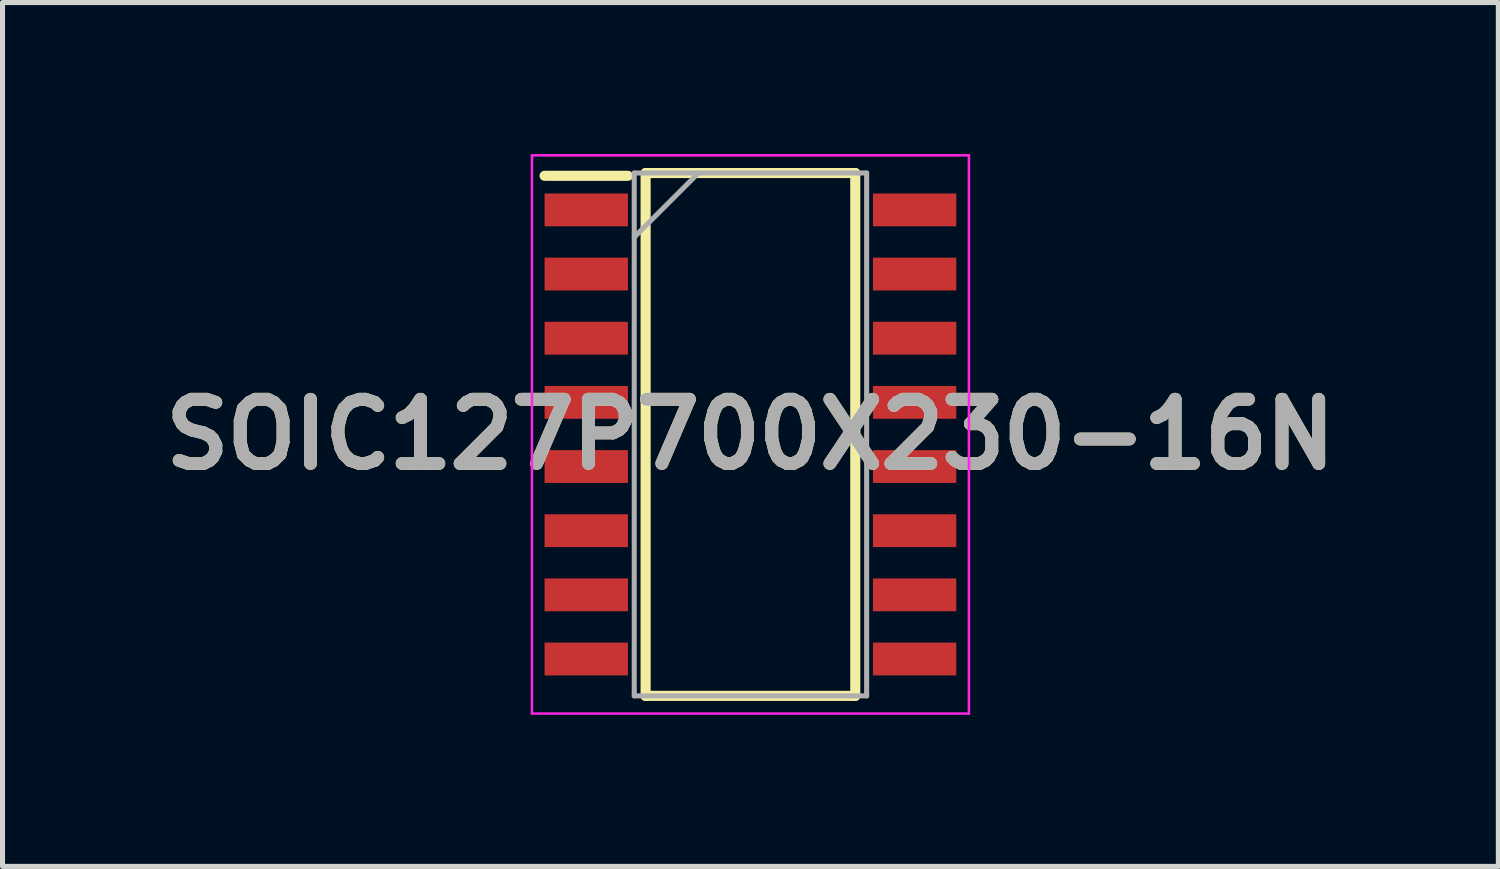
<source format=kicad_pcb>
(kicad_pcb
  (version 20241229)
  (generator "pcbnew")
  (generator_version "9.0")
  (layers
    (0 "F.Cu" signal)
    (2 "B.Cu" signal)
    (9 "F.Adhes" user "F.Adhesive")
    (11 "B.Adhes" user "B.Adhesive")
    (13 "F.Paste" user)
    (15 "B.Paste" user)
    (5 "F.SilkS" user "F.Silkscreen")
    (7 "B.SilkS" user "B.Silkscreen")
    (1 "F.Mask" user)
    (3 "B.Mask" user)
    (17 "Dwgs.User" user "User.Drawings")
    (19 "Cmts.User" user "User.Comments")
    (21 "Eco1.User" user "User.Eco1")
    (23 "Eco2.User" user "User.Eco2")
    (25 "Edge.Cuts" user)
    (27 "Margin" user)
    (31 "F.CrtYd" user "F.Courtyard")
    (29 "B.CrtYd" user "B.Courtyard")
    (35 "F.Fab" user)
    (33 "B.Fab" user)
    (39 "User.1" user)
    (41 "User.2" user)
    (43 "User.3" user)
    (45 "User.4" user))
  (footprint "SOIC127P700X230-16N"
    (layer "F.Cu")
    (at 11.805 5.55)
    (property "Reference" "SOIC127P700X230-16N" (at 0 0 0) (layer "F.SilkS") (effects (font (size 1.27 1.27) (thickness 0.254))))
    (attr smd)
    (fp_line (start -4.075 -5.12) (end -2.425 -5.12) (stroke (width 0.2) (type solid)) (layer "F.SilkS"))
    (fp_line (start -2.075 -5.175) (end 2.075 -5.175) (stroke (width 0.2) (type solid)) (layer "F.SilkS"))
    (fp_line (start -2.075 5.175) (end -2.075 -5.175) (stroke (width 0.2) (type solid)) (layer "F.SilkS"))
    (fp_line (start 2.075 -5.175) (end 2.075 5.175) (stroke (width 0.2) (type solid)) (layer "F.SilkS"))
    (fp_line (start 2.075 5.175) (end -2.075 5.175) (stroke (width 0.2) (type solid)) (layer "F.SilkS"))
    (fp_line (start -4.325 -5.525) (end 4.325 -5.525) (stroke (width 0.05) (type solid)) (layer "F.CrtYd"))
    (fp_line (start -4.325 5.525) (end -4.325 -5.525) (stroke (width 0.05) (type solid)) (layer "F.CrtYd"))
    (fp_line (start 4.325 -5.525) (end 4.325 5.525) (stroke (width 0.05) (type solid)) (layer "F.CrtYd"))
    (fp_line (start 4.325 5.525) (end -4.325 5.525) (stroke (width 0.05) (type solid)) (layer "F.CrtYd"))
    (fp_line (start -2.3 -5.175) (end 2.3 -5.175) (stroke (width 0.1) (type solid)) (layer "F.Fab"))
    (fp_line (start -2.3 -3.905) (end -1.03 -5.175) (stroke (width 0.1) (type solid)) (layer "F.Fab"))
    (fp_line (start -2.3 5.175) (end -2.3 -5.175) (stroke (width 0.1) (type solid)) (layer "F.Fab"))
    (fp_line (start 2.3 -5.175) (end 2.3 5.175) (stroke (width 0.1) (type solid)) (layer "F.Fab"))
    (fp_line (start 2.3 5.175) (end -2.3 5.175) (stroke (width 0.1) (type solid)) (layer "F.Fab"))
    (fp_text user "${REFERENCE}" (at 0 0 0) (layer "F.Fab") (effects (font (size 1.27 1.27) (thickness 0.254))))
    (pad "1" smd rect (at -3.25 -4.445 90) (size 0.65 1.65) (layers "F.Cu" "F.Mask" "F.Paste"))
    (pad "2" smd rect (at -3.25 -3.175 90) (size 0.65 1.65) (layers "F.Cu" "F.Mask" "F.Paste"))
    (pad "3" smd rect (at -3.25 -1.905 90) (size 0.65 1.65) (layers "F.Cu" "F.Mask" "F.Paste"))
    (pad "4" smd rect (at -3.25 -0.635 90) (size 0.65 1.65) (layers "F.Cu" "F.Mask" "F.Paste"))
    (pad "5" smd rect (at -3.25 0.635 90) (size 0.65 1.65) (layers "F.Cu" "F.Mask" "F.Paste"))
    (pad "6" smd rect (at -3.25 1.905 90) (size 0.65 1.65) (layers "F.Cu" "F.Mask" "F.Paste"))
    (pad "7" smd rect (at -3.25 3.175 90) (size 0.65 1.65) (layers "F.Cu" "F.Mask" "F.Paste"))
    (pad "8" smd rect (at -3.25 4.445 90) (size 0.65 1.65) (layers "F.Cu" "F.Mask" "F.Paste"))
    (pad "9" smd rect (at 3.25 4.445 90) (size 0.65 1.65) (layers "F.Cu" "F.Mask" "F.Paste"))
    (pad "10" smd rect (at 3.25 3.175 90) (size 0.65 1.65) (layers "F.Cu" "F.Mask" "F.Paste"))
    (pad "11" smd rect (at 3.25 1.905 90) (size 0.65 1.65) (layers "F.Cu" "F.Mask" "F.Paste"))
    (pad "12" smd rect (at 3.25 0.635 90) (size 0.65 1.65) (layers "F.Cu" "F.Mask" "F.Paste"))
    (pad "13" smd rect (at 3.25 -0.635 90) (size 0.65 1.65) (layers "F.Cu" "F.Mask" "F.Paste"))
    (pad "14" smd rect (at 3.25 -1.905 90) (size 0.65 1.65) (layers "F.Cu" "F.Mask" "F.Paste"))
    (pad "15" smd rect (at 3.25 -3.175 90) (size 0.65 1.65) (layers "F.Cu" "F.Mask" "F.Paste"))
    (pad "16" smd rect (at 3.25 -4.445 90) (size 0.65 1.65) (layers "F.Cu" "F.Mask" "F.Paste")))
  (gr_rect
    (start -3 -3)
    (end 26.61 14.1)
    (stroke (width 0.1) (type default))
    (fill no)
    (layer "Edge.Cuts")))
</source>
